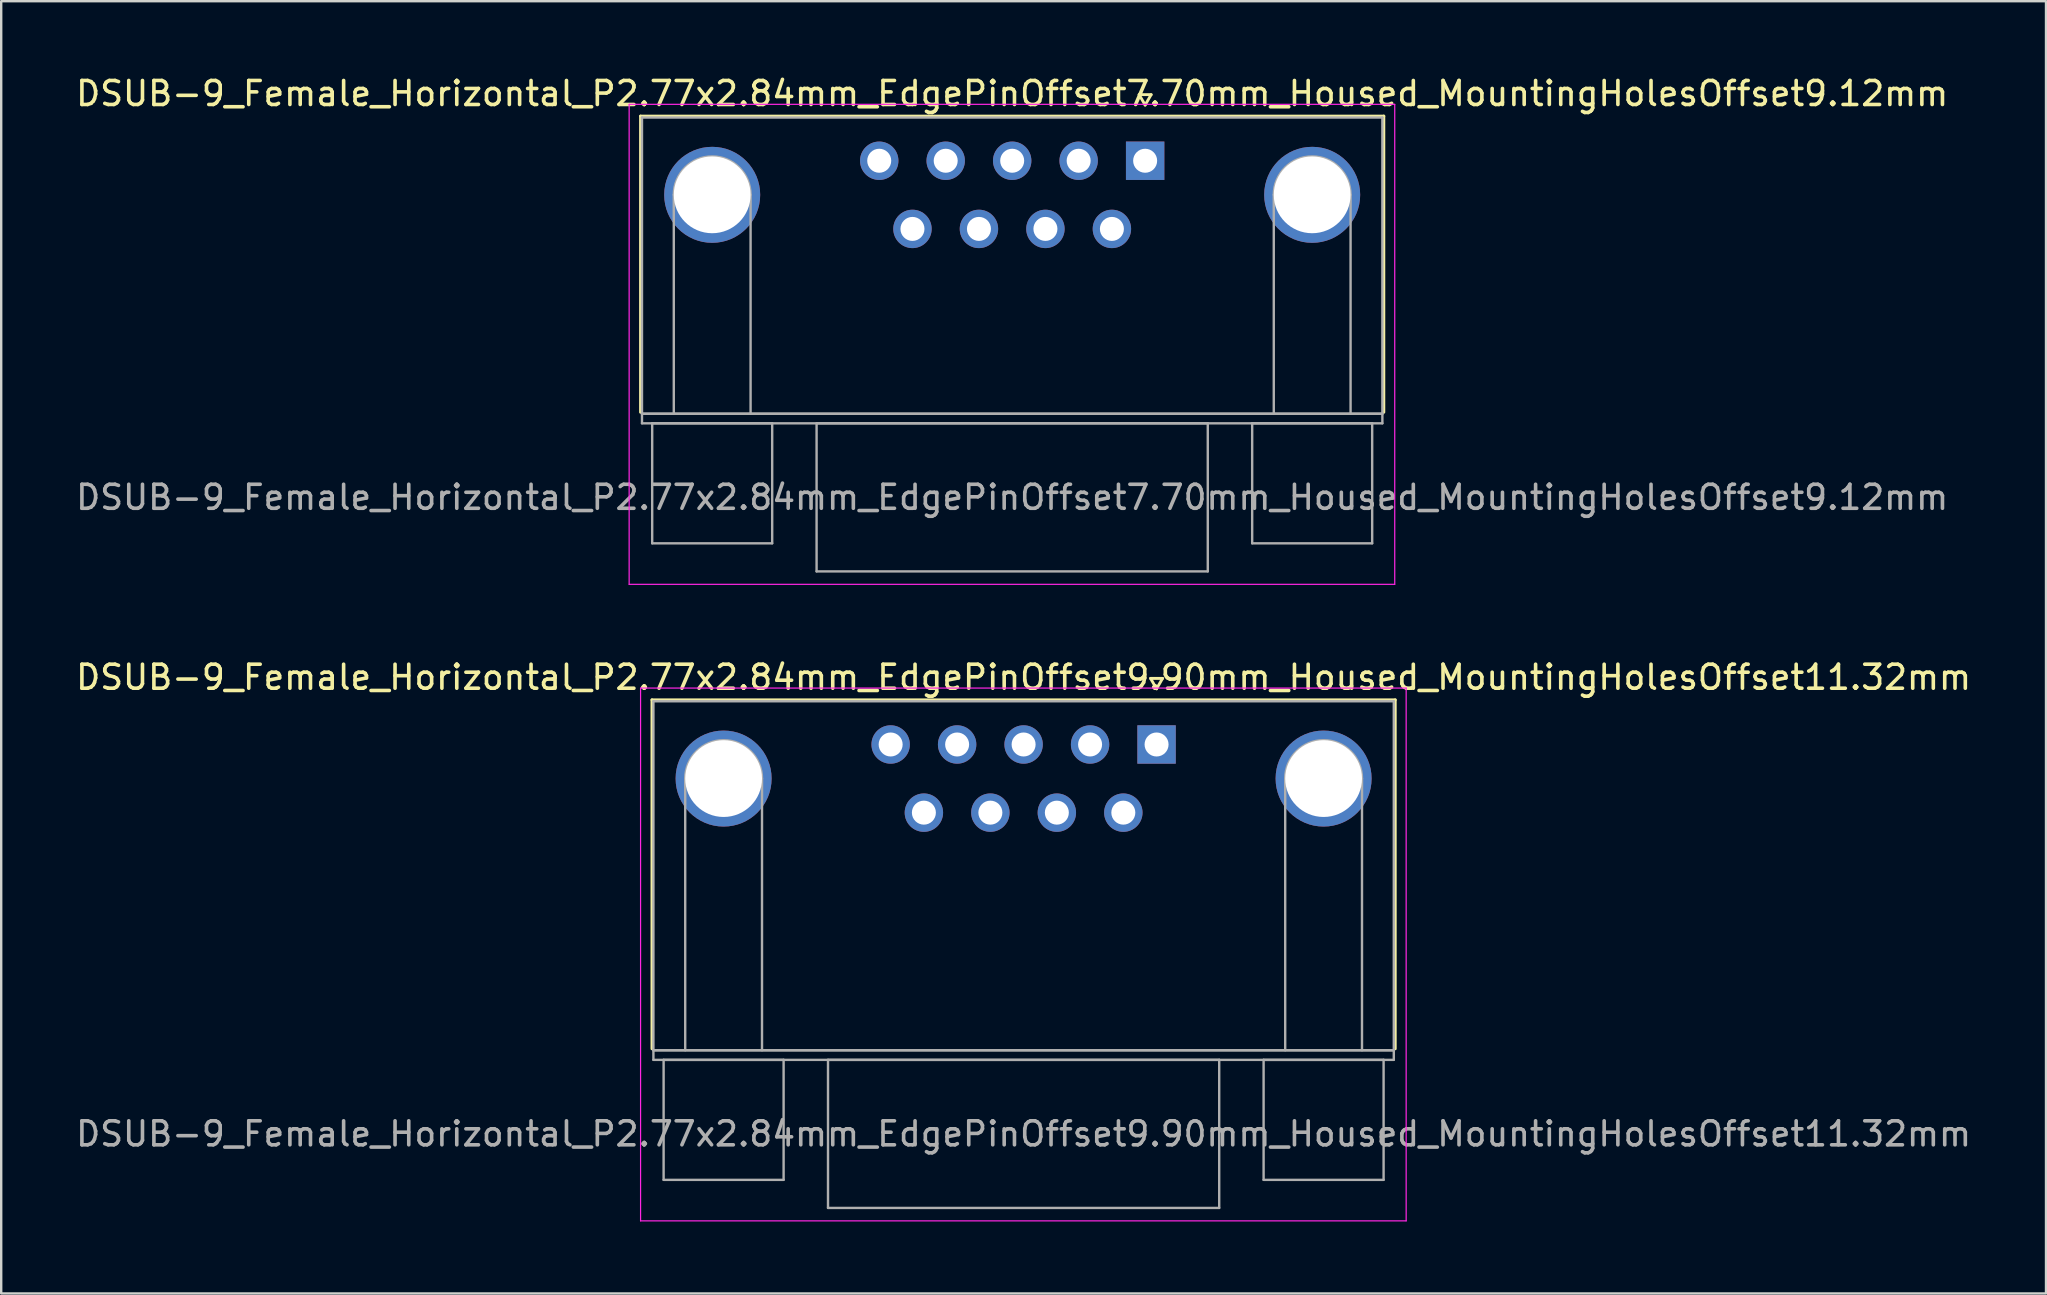
<source format=kicad_pcb>
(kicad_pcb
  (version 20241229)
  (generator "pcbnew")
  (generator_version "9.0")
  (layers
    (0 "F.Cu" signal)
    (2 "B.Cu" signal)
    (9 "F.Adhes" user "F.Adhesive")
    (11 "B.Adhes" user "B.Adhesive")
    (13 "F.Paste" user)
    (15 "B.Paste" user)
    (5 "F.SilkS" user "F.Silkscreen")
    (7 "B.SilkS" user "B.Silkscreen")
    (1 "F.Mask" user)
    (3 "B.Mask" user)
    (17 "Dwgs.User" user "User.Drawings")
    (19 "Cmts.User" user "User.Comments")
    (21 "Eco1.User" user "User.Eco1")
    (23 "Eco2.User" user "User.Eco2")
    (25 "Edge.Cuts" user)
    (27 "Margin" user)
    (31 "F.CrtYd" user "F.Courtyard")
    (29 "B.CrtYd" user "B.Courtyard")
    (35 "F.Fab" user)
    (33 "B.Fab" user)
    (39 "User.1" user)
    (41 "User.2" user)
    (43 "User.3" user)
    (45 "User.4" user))
  (footprint "DSUB-9_Female_Horizontal_P2.77x2.84mm_EdgePinOffset9.90mm_Housed_MountingHolesOffset11.32mm"
    (layer "F.Cu")
    (at 45.141 27.971)
    (property "Reference" "DSUB-9_Female_Horizontal_P2.77x2.84mm_EdgePinOffset9.90mm_Housed_MountingHolesOffset11.32mm" (at -5.54 -2.8 0) (layer "F.SilkS") (effects (font (size 1 1) (thickness 0.15))))
    (attr through_hole)
    (fp_line (start -21.025 -1.86) (end 9.945 -1.86) (stroke (width 0.12) (type solid)) (layer "F.SilkS"))
    (fp_line (start -21.025 12.68) (end -21.025 -1.86) (stroke (width 0.12) (type solid)) (layer "F.SilkS"))
    (fp_line (start -0.25 -2.754) (end 0.25 -2.754) (stroke (width 0.12) (type solid)) (layer "F.SilkS"))
    (fp_line (start 0 -2.321) (end -0.25 -2.754) (stroke (width 0.12) (type solid)) (layer "F.SilkS"))
    (fp_line (start 0.25 -2.754) (end 0 -2.321) (stroke (width 0.12) (type solid)) (layer "F.SilkS"))
    (fp_line (start 9.945 -1.86) (end 9.945 12.68) (stroke (width 0.12) (type solid)) (layer "F.SilkS"))
    (fp_line (start -21.5 -2.35) (end -21.5 19.85) (stroke (width 0.05) (type solid)) (layer "F.CrtYd"))
    (fp_line (start -21.5 19.85) (end 10.4 19.85) (stroke (width 0.05) (type solid)) (layer "F.CrtYd"))
    (fp_line (start 10.4 -2.35) (end -21.5 -2.35) (stroke (width 0.05) (type solid)) (layer "F.CrtYd"))
    (fp_line (start 10.4 19.85) (end 10.4 -2.35) (stroke (width 0.05) (type solid)) (layer "F.CrtYd"))
    (fp_line (start -20.965 -1.8) (end -20.965 12.74) (stroke (width 0.1) (type solid)) (layer "F.Fab"))
    (fp_line (start -20.965 12.74) (end -20.965 13.14) (stroke (width 0.1) (type solid)) (layer "F.Fab"))
    (fp_line (start -20.965 12.74) (end 9.885 12.74) (stroke (width 0.1) (type solid)) (layer "F.Fab"))
    (fp_line (start -20.965 13.14) (end 9.885 13.14) (stroke (width 0.1) (type solid)) (layer "F.Fab"))
    (fp_line (start -20.54 13.14) (end -20.54 18.14) (stroke (width 0.1) (type solid)) (layer "F.Fab"))
    (fp_line (start -20.54 18.14) (end -15.54 18.14) (stroke (width 0.1) (type solid)) (layer "F.Fab"))
    (fp_line (start -19.64 12.74) (end -19.64 1.42) (stroke (width 0.1) (type solid)) (layer "F.Fab"))
    (fp_line (start -16.44 12.74) (end -16.44 1.42) (stroke (width 0.1) (type solid)) (layer "F.Fab"))
    (fp_line (start -15.54 13.14) (end -20.54 13.14) (stroke (width 0.1) (type solid)) (layer "F.Fab"))
    (fp_line (start -15.54 18.14) (end -15.54 13.14) (stroke (width 0.1) (type solid)) (layer "F.Fab"))
    (fp_line (start -13.69 13.14) (end -13.69 19.31) (stroke (width 0.1) (type solid)) (layer "F.Fab"))
    (fp_line (start -13.69 19.31) (end 2.61 19.31) (stroke (width 0.1) (type solid)) (layer "F.Fab"))
    (fp_line (start 2.61 13.14) (end -13.69 13.14) (stroke (width 0.1) (type solid)) (layer "F.Fab"))
    (fp_line (start 2.61 19.31) (end 2.61 13.14) (stroke (width 0.1) (type solid)) (layer "F.Fab"))
    (fp_line (start 4.46 13.14) (end 4.46 18.14) (stroke (width 0.1) (type solid)) (layer "F.Fab"))
    (fp_line (start 4.46 18.14) (end 9.46 18.14) (stroke (width 0.1) (type solid)) (layer "F.Fab"))
    (fp_line (start 5.36 12.74) (end 5.36 1.42) (stroke (width 0.1) (type solid)) (layer "F.Fab"))
    (fp_line (start 8.56 12.74) (end 8.56 1.42) (stroke (width 0.1) (type solid)) (layer "F.Fab"))
    (fp_line (start 9.46 13.14) (end 4.46 13.14) (stroke (width 0.1) (type solid)) (layer "F.Fab"))
    (fp_line (start 9.46 18.14) (end 9.46 13.14) (stroke (width 0.1) (type solid)) (layer "F.Fab"))
    (fp_line (start 9.885 -1.8) (end -20.965 -1.8) (stroke (width 0.1) (type solid)) (layer "F.Fab"))
    (fp_line (start 9.885 12.74) (end -20.965 12.74) (stroke (width 0.1) (type solid)) (layer "F.Fab"))
    (fp_line (start 9.885 12.74) (end 9.885 -1.8) (stroke (width 0.1) (type solid)) (layer "F.Fab"))
    (fp_line (start 9.885 13.14) (end 9.885 12.74) (stroke (width 0.1) (type solid)) (layer "F.Fab"))
    (fp_arc (start -19.64 1.42) (mid -18.04 -0.18) (end -16.44 1.42) (stroke (width 0.1) (type solid)) (layer "F.Fab"))
    (fp_arc (start 5.36 1.42) (mid 6.96 -0.18) (end 8.56 1.42) (stroke (width 0.1) (type solid)) (layer "F.Fab"))
    (fp_text user "${REFERENCE}" (at -5.54 16.225 0) (layer "F.Fab") (effects (font (size 1 1) (thickness 0.15))))
    (pad "0" thru_hole circle (at -18.04 1.42) (size 4 4) (drill 3.2) (layers "*.Cu" "*.Mask"))
    (pad "0" thru_hole circle (at 6.96 1.42) (size 4 4) (drill 3.2) (layers "*.Cu" "*.Mask"))
    (pad "1" thru_hole rect (at 0 0) (size 1.6 1.6) (drill 1) (layers "*.Cu" "*.Mask"))
    (pad "2" thru_hole circle (at -2.77 0) (size 1.6 1.6) (drill 1) (layers "*.Cu" "*.Mask"))
    (pad "3" thru_hole circle (at -5.54 0) (size 1.6 1.6) (drill 1) (layers "*.Cu" "*.Mask"))
    (pad "4" thru_hole circle (at -8.31 0) (size 1.6 1.6) (drill 1) (layers "*.Cu" "*.Mask"))
    (pad "5" thru_hole circle (at -11.08 0) (size 1.6 1.6) (drill 1) (layers "*.Cu" "*.Mask"))
    (pad "6" thru_hole circle (at -1.385 2.84) (size 1.6 1.6) (drill 1) (layers "*.Cu" "*.Mask"))
    (pad "7" thru_hole circle (at -4.155 2.84) (size 1.6 1.6) (drill 1) (layers "*.Cu" "*.Mask"))
    (pad "8" thru_hole circle (at -6.925 2.84) (size 1.6 1.6) (drill 1) (layers "*.Cu" "*.Mask"))
    (pad "9" thru_hole circle (at -9.695 2.84) (size 1.6 1.6) (drill 1) (layers "*.Cu" "*.Mask")))
  (footprint "DSUB-9_Female_Horizontal_P2.77x2.84mm_EdgePinOffset7.70mm_Housed_MountingHolesOffset9.12mm"
    (layer "F.Cu")
    (at 44.665 3.648)
    (property "Reference" "DSUB-9_Female_Horizontal_P2.77x2.84mm_EdgePinOffset7.70mm_Housed_MountingHolesOffset9.12mm" (at -5.54 -2.8 0) (layer "F.SilkS") (effects (font (size 1 1) (thickness 0.15))))
    (attr through_hole)
    (fp_line (start -21.025 -1.86) (end 9.945 -1.86) (stroke (width 0.12) (type solid)) (layer "F.SilkS"))
    (fp_line (start -21.025 10.48) (end -21.025 -1.86) (stroke (width 0.12) (type solid)) (layer "F.SilkS"))
    (fp_line (start -0.25 -2.754) (end 0.25 -2.754) (stroke (width 0.12) (type solid)) (layer "F.SilkS"))
    (fp_line (start 0 -2.321) (end -0.25 -2.754) (stroke (width 0.12) (type solid)) (layer "F.SilkS"))
    (fp_line (start 0.25 -2.754) (end 0 -2.321) (stroke (width 0.12) (type solid)) (layer "F.SilkS"))
    (fp_line (start 9.945 -1.86) (end 9.945 10.48) (stroke (width 0.12) (type solid)) (layer "F.SilkS"))
    (fp_line (start -21.5 -2.35) (end -21.5 17.65) (stroke (width 0.05) (type solid)) (layer "F.CrtYd"))
    (fp_line (start -21.5 17.65) (end 10.4 17.65) (stroke (width 0.05) (type solid)) (layer "F.CrtYd"))
    (fp_line (start 10.4 -2.35) (end -21.5 -2.35) (stroke (width 0.05) (type solid)) (layer "F.CrtYd"))
    (fp_line (start 10.4 17.65) (end 10.4 -2.35) (stroke (width 0.05) (type solid)) (layer "F.CrtYd"))
    (fp_line (start -20.965 -1.8) (end -20.965 10.54) (stroke (width 0.1) (type solid)) (layer "F.Fab"))
    (fp_line (start -20.965 10.54) (end -20.965 10.94) (stroke (width 0.1) (type solid)) (layer "F.Fab"))
    (fp_line (start -20.965 10.54) (end 9.885 10.54) (stroke (width 0.1) (type solid)) (layer "F.Fab"))
    (fp_line (start -20.965 10.94) (end 9.885 10.94) (stroke (width 0.1) (type solid)) (layer "F.Fab"))
    (fp_line (start -20.54 10.94) (end -20.54 15.94) (stroke (width 0.1) (type solid)) (layer "F.Fab"))
    (fp_line (start -20.54 15.94) (end -15.54 15.94) (stroke (width 0.1) (type solid)) (layer "F.Fab"))
    (fp_line (start -19.64 10.54) (end -19.64 1.42) (stroke (width 0.1) (type solid)) (layer "F.Fab"))
    (fp_line (start -16.44 10.54) (end -16.44 1.42) (stroke (width 0.1) (type solid)) (layer "F.Fab"))
    (fp_line (start -15.54 10.94) (end -20.54 10.94) (stroke (width 0.1) (type solid)) (layer "F.Fab"))
    (fp_line (start -15.54 15.94) (end -15.54 10.94) (stroke (width 0.1) (type solid)) (layer "F.Fab"))
    (fp_line (start -13.69 10.94) (end -13.69 17.11) (stroke (width 0.1) (type solid)) (layer "F.Fab"))
    (fp_line (start -13.69 17.11) (end 2.61 17.11) (stroke (width 0.1) (type solid)) (layer "F.Fab"))
    (fp_line (start 2.61 10.94) (end -13.69 10.94) (stroke (width 0.1) (type solid)) (layer "F.Fab"))
    (fp_line (start 2.61 17.11) (end 2.61 10.94) (stroke (width 0.1) (type solid)) (layer "F.Fab"))
    (fp_line (start 4.46 10.94) (end 4.46 15.94) (stroke (width 0.1) (type solid)) (layer "F.Fab"))
    (fp_line (start 4.46 15.94) (end 9.46 15.94) (stroke (width 0.1) (type solid)) (layer "F.Fab"))
    (fp_line (start 5.36 10.54) (end 5.36 1.42) (stroke (width 0.1) (type solid)) (layer "F.Fab"))
    (fp_line (start 8.56 10.54) (end 8.56 1.42) (stroke (width 0.1) (type solid)) (layer "F.Fab"))
    (fp_line (start 9.46 10.94) (end 4.46 10.94) (stroke (width 0.1) (type solid)) (layer "F.Fab"))
    (fp_line (start 9.46 15.94) (end 9.46 10.94) (stroke (width 0.1) (type solid)) (layer "F.Fab"))
    (fp_line (start 9.885 -1.8) (end -20.965 -1.8) (stroke (width 0.1) (type solid)) (layer "F.Fab"))
    (fp_line (start 9.885 10.54) (end -20.965 10.54) (stroke (width 0.1) (type solid)) (layer "F.Fab"))
    (fp_line (start 9.885 10.54) (end 9.885 -1.8) (stroke (width 0.1) (type solid)) (layer "F.Fab"))
    (fp_line (start 9.885 10.94) (end 9.885 10.54) (stroke (width 0.1) (type solid)) (layer "F.Fab"))
    (fp_arc (start -19.64 1.42) (mid -18.04 -0.18) (end -16.44 1.42) (stroke (width 0.1) (type solid)) (layer "F.Fab"))
    (fp_arc (start 5.36 1.42) (mid 6.96 -0.18) (end 8.56 1.42) (stroke (width 0.1) (type solid)) (layer "F.Fab"))
    (fp_text user "${REFERENCE}" (at -5.54 14.025 0) (layer "F.Fab") (effects (font (size 1 1) (thickness 0.15))))
    (pad "0" thru_hole circle (at -18.04 1.42) (size 4 4) (drill 3.2) (layers "*.Cu" "*.Mask"))
    (pad "0" thru_hole circle (at 6.96 1.42) (size 4 4) (drill 3.2) (layers "*.Cu" "*.Mask"))
    (pad "1" thru_hole rect (at 0 0) (size 1.6 1.6) (drill 1) (layers "*.Cu" "*.Mask"))
    (pad "2" thru_hole circle (at -2.77 0) (size 1.6 1.6) (drill 1) (layers "*.Cu" "*.Mask"))
    (pad "3" thru_hole circle (at -5.54 0) (size 1.6 1.6) (drill 1) (layers "*.Cu" "*.Mask"))
    (pad "4" thru_hole circle (at -8.31 0) (size 1.6 1.6) (drill 1) (layers "*.Cu" "*.Mask"))
    (pad "5" thru_hole circle (at -11.08 0) (size 1.6 1.6) (drill 1) (layers "*.Cu" "*.Mask"))
    (pad "6" thru_hole circle (at -1.385 2.84) (size 1.6 1.6) (drill 1) (layers "*.Cu" "*.Mask"))
    (pad "7" thru_hole circle (at -4.155 2.84) (size 1.6 1.6) (drill 1) (layers "*.Cu" "*.Mask"))
    (pad "8" thru_hole circle (at -6.925 2.84) (size 1.6 1.6) (drill 1) (layers "*.Cu" "*.Mask"))
    (pad "9" thru_hole circle (at -9.695 2.84) (size 1.6 1.6) (drill 1) (layers "*.Cu" "*.Mask")))
  (gr_rect
    (start -3 -3)
    (end 82.202 50.846)
    (stroke (width 0.1) (type default))
    (fill no)
    (layer "Edge.Cuts")))
</source>
